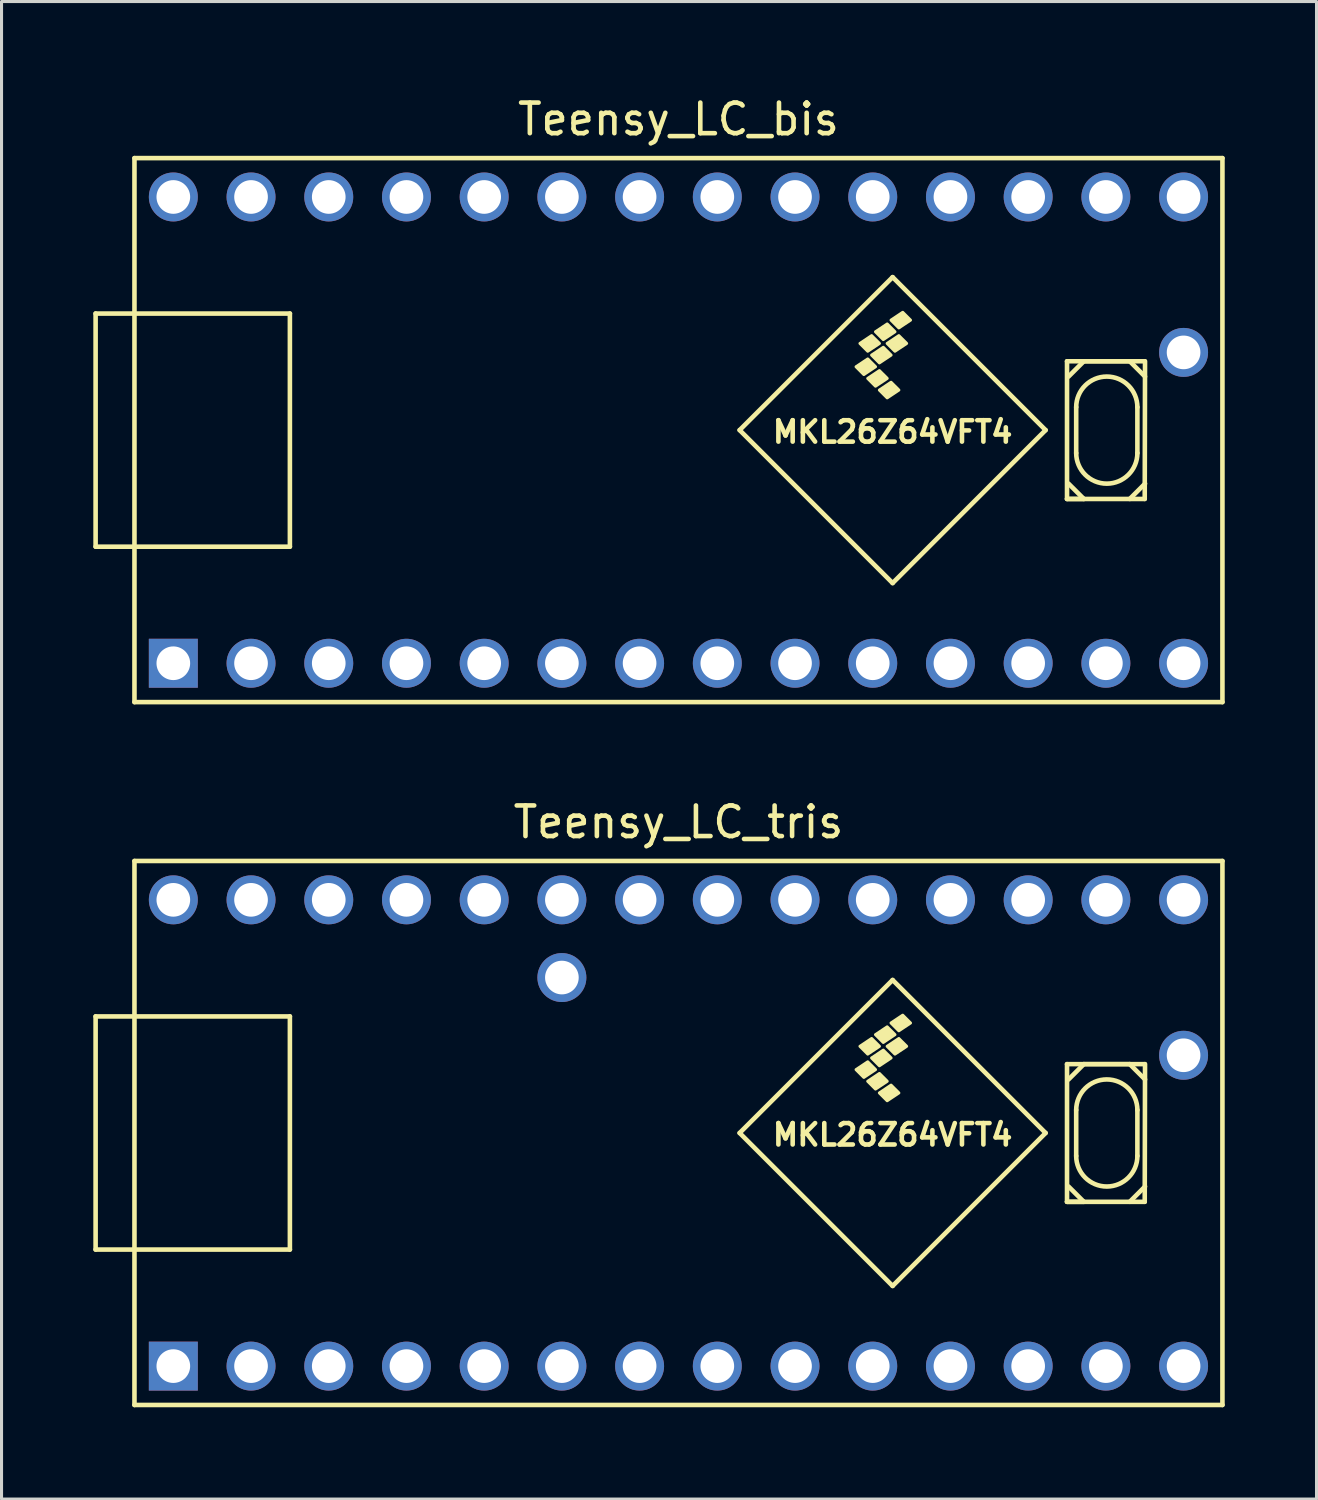
<source format=kicad_pcb>
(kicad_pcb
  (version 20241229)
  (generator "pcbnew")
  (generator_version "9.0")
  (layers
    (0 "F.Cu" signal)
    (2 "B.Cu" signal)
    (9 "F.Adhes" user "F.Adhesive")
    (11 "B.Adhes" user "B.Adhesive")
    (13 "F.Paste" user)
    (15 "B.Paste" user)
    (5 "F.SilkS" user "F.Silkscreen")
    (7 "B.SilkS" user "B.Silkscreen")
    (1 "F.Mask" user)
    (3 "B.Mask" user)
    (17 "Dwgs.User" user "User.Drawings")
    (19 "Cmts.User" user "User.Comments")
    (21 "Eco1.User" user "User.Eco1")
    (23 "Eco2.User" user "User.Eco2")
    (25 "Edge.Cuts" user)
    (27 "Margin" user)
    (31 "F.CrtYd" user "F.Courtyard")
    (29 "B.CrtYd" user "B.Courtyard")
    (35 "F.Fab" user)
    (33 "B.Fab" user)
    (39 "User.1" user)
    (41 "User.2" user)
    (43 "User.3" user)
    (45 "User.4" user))
  (footprint "Teensy_LC_bis"
    (layer "F.Cu")
    (at 19.125 11.008)
    (property "Reference" "Teensy_LC_bis" (at 0 -10.16 0) (layer "F.SilkS") (effects (font (size 1 1) (thickness 0.15))))
    (attr through_hole)
    (fp_line (start -19.05 -3.81) (end -17.78 -3.81) (stroke (width 0.15) (type solid)) (layer "F.SilkS"))
    (fp_line (start -19.05 3.81) (end -19.05 -3.81) (stroke (width 0.15) (type solid)) (layer "F.SilkS"))
    (fp_line (start -17.78 -8.89) (end 17.78 -8.89) (stroke (width 0.15) (type solid)) (layer "F.SilkS"))
    (fp_line (start -17.78 3.81) (end -19.05 3.81) (stroke (width 0.15) (type solid)) (layer "F.SilkS"))
    (fp_line (start -17.78 8.89) (end -17.78 -8.89) (stroke (width 0.15) (type solid)) (layer "F.SilkS"))
    (fp_line (start -12.7 -3.81) (end -17.78 -3.81) (stroke (width 0.15) (type solid)) (layer "F.SilkS"))
    (fp_line (start -12.7 3.81) (end -17.78 3.81) (stroke (width 0.15) (type solid)) (layer "F.SilkS"))
    (fp_line (start -12.7 3.81) (end -12.7 -3.81) (stroke (width 0.15) (type solid)) (layer "F.SilkS"))
    (fp_line (start 2 0) (end 7 5) (stroke (width 0.15) (type solid)) (layer "F.SilkS"))
    (fp_line (start 7 -5) (end 2 0) (stroke (width 0.15) (type solid)) (layer "F.SilkS"))
    (fp_line (start 7 5) (end 12 0) (stroke (width 0.15) (type solid)) (layer "F.SilkS"))
    (fp_line (start 12 0) (end 7 -5) (stroke (width 0.15) (type solid)) (layer "F.SilkS"))
    (fp_line (start 12.7 -2.25) (end 15.24 -2.25) (stroke (width 0.15) (type solid)) (layer "F.SilkS"))
    (fp_line (start 12.7 2.25) (end 12.7 -2.25) (stroke (width 0.15) (type solid)) (layer "F.SilkS"))
    (fp_line (start 12.7 2.25) (end 13.25 2.25) (stroke (width 0.15) (type solid)) (layer "F.SilkS"))
    (fp_line (start 12.75 -1.75) (end 13.25 -2.25) (stroke (width 0.15) (type solid)) (layer "F.SilkS"))
    (fp_line (start 13 -0.75) (end 13 0.75) (stroke (width 0.15) (type solid)) (layer "F.SilkS"))
    (fp_line (start 13.25 2.25) (end 12.75 1.75) (stroke (width 0.15) (type solid)) (layer "F.SilkS"))
    (fp_line (start 14.75 -2.25) (end 13.25 -2.25) (stroke (width 0.15) (type solid)) (layer "F.SilkS"))
    (fp_line (start 15 0.75) (end 15 -0.75) (stroke (width 0.15) (type solid)) (layer "F.SilkS"))
    (fp_line (start 15.24 2.25) (end 12.7 2.25) (stroke (width 0.15) (type solid)) (layer "F.SilkS"))
    (fp_line (start 15.25 -2.25) (end 15.24 2.25) (stroke (width 0.15) (type solid)) (layer "F.SilkS"))
    (fp_line (start 15.25 -1.75) (end 14.75 -2.25) (stroke (width 0.15) (type solid)) (layer "F.SilkS"))
    (fp_line (start 15.25 1.75) (end 14.75 2.25) (stroke (width 0.15) (type solid)) (layer "F.SilkS"))
    (fp_line (start 17.78 -8.89) (end 17.78 8.89) (stroke (width 0.15) (type solid)) (layer "F.SilkS"))
    (fp_line (start 17.78 8.89) (end -17.78 8.89) (stroke (width 0.15) (type solid)) (layer "F.SilkS"))
    (fp_arc (start 13 -0.75) (mid 14 -1.75) (end 15 -0.75) (stroke (width 0.15) (type solid)) (layer "F.SilkS"))
    (fp_arc (start 15 0.75) (mid 14 1.75) (end 13 0.75) (stroke (width 0.15) (type solid)) (layer "F.SilkS"))
    (fp_poly (pts (xy 6.06 -1.817) (xy 5.806 -2.071) (xy 6.187 -2.325) (xy 6.441 -2.071)) (stroke (width 0.1) (type solid)) (fill yes) (layer "F.SilkS"))
    (fp_poly (pts (xy 6.187 -2.579) (xy 5.933 -2.833) (xy 6.314 -3.087) (xy 6.568 -2.833)) (stroke (width 0.1) (type solid)) (fill yes) (layer "F.SilkS"))
    (fp_poly (pts (xy 6.441 -1.436) (xy 6.187 -1.69) (xy 6.568 -1.944) (xy 6.822 -1.69)) (stroke (width 0.1) (type solid)) (fill yes) (layer "F.SilkS"))
    (fp_poly (pts (xy 6.568 -2.198) (xy 6.314 -2.452) (xy 6.695 -2.706) (xy 6.949 -2.452)) (stroke (width 0.1) (type solid)) (fill yes) (layer "F.SilkS"))
    (fp_poly (pts (xy 6.695 -2.96) (xy 6.441 -3.214) (xy 6.822 -3.468) (xy 7.076 -3.214)) (stroke (width 0.1) (type solid)) (fill yes) (layer "F.SilkS"))
    (fp_poly (pts (xy 6.822 -1.055) (xy 6.568 -1.309) (xy 6.949 -1.563) (xy 7.203 -1.309)) (stroke (width 0.1) (type solid)) (fill yes) (layer "F.SilkS"))
    (fp_poly (pts (xy 7.076 -2.579) (xy 6.822 -2.833) (xy 7.203 -3.087) (xy 7.457 -2.833)) (stroke (width 0.1) (type solid)) (fill yes) (layer "F.SilkS"))
    (fp_poly (pts (xy 7.203 -3.341) (xy 6.949 -3.595) (xy 7.33 -3.849) (xy 7.584 -3.595)) (stroke (width 0.1) (type solid)) (fill yes) (layer "F.SilkS"))
    (fp_text user "MKL26Z64VFT4" (at 7 0.06 0) (layer "F.SilkS") (effects (font (size 0.7 0.7) (thickness 0.15))))
    (pad "1" thru_hole rect (at -16.51 7.62) (size 1.6 1.6) (drill 1.1) (layers "*.Cu" "*.Mask"))
    (pad "2" thru_hole circle (at -13.97 7.62) (size 1.6 1.6) (drill 1.1) (layers "*.Cu" "*.Mask"))
    (pad "3" thru_hole circle (at -11.43 7.62) (size 1.6 1.6) (drill 1.1) (layers "*.Cu" "*.Mask"))
    (pad "4" thru_hole circle (at -8.89 7.62) (size 1.6 1.6) (drill 1.1) (layers "*.Cu" "*.Mask"))
    (pad "5" thru_hole circle (at -6.35 7.62) (size 1.6 1.6) (drill 1.1) (layers "*.Cu" "*.Mask"))
    (pad "6" thru_hole circle (at -3.81 7.62) (size 1.6 1.6) (drill 1.1) (layers "*.Cu" "*.Mask"))
    (pad "7" thru_hole circle (at -1.27 7.62) (size 1.6 1.6) (drill 1.1) (layers "*.Cu" "*.Mask"))
    (pad "8" thru_hole circle (at 1.27 7.62) (size 1.6 1.6) (drill 1.1) (layers "*.Cu" "*.Mask"))
    (pad "9" thru_hole circle (at 3.81 7.62) (size 1.6 1.6) (drill 1.1) (layers "*.Cu" "*.Mask"))
    (pad "10" thru_hole circle (at 6.35 7.62) (size 1.6 1.6) (drill 1.1) (layers "*.Cu" "*.Mask"))
    (pad "11" thru_hole circle (at 8.89 7.62) (size 1.6 1.6) (drill 1.1) (layers "*.Cu" "*.Mask"))
    (pad "12" thru_hole circle (at 11.43 7.62) (size 1.6 1.6) (drill 1.1) (layers "*.Cu" "*.Mask"))
    (pad "13" thru_hole circle (at 13.97 7.62) (size 1.6 1.6) (drill 1.1) (layers "*.Cu" "*.Mask"))
    (pad "14" thru_hole circle (at 16.51 7.62) (size 1.6 1.6) (drill 1.1) (layers "*.Cu" "*.Mask"))
    (pad "18" thru_hole circle (at 16.51 -2.54) (size 1.6 1.6) (drill 1.1) (layers "*.Cu" "*.Mask"))
    (pad "20" thru_hole circle (at 16.51 -7.62) (size 1.6 1.6) (drill 1.1) (layers "*.Cu" "*.Mask"))
    (pad "21" thru_hole circle (at 13.97 -7.62) (size 1.6 1.6) (drill 1.1) (layers "*.Cu" "*.Mask"))
    (pad "22" thru_hole circle (at 11.43 -7.62) (size 1.6 1.6) (drill 1.1) (layers "*.Cu" "*.Mask"))
    (pad "23" thru_hole circle (at 8.89 -7.62) (size 1.6 1.6) (drill 1.1) (layers "*.Cu" "*.Mask"))
    (pad "24" thru_hole circle (at 6.35 -7.62) (size 1.6 1.6) (drill 1.1) (layers "*.Cu" "*.Mask"))
    (pad "25" thru_hole circle (at 3.81 -7.62) (size 1.6 1.6) (drill 1.1) (layers "*.Cu" "*.Mask"))
    (pad "26" thru_hole circle (at 1.27 -7.62) (size 1.6 1.6) (drill 1.1) (layers "*.Cu" "*.Mask"))
    (pad "27" thru_hole circle (at -1.27 -7.62) (size 1.6 1.6) (drill 1.1) (layers "*.Cu" "*.Mask"))
    (pad "28" thru_hole circle (at -3.81 -7.62) (size 1.6 1.6) (drill 1.1) (layers "*.Cu" "*.Mask"))
    (pad "29" thru_hole circle (at -6.35 -7.62) (size 1.6 1.6) (drill 1.1) (layers "*.Cu" "*.Mask"))
    (pad "30" thru_hole circle (at -8.89 -7.62) (size 1.6 1.6) (drill 1.1) (layers "*.Cu" "*.Mask"))
    (pad "31" thru_hole circle (at -11.43 -7.62) (size 1.6 1.6) (drill 1.1) (layers "*.Cu" "*.Mask"))
    (pad "32" thru_hole circle (at -13.97 -7.62) (size 1.6 1.6) (drill 1.1) (layers "*.Cu" "*.Mask"))
    (pad "33" thru_hole circle (at -16.51 -7.62) (size 1.6 1.6) (drill 1.1) (layers "*.Cu" "*.Mask")))
  (footprint "Teensy_LC_tris"
    (layer "F.Cu")
    (at 19.125 33.981)
    (property "Reference" "Teensy_LC_tris" (at 0 -10.16 0) (layer "F.SilkS") (effects (font (size 1 1) (thickness 0.15))))
    (attr through_hole)
    (fp_line (start -19.05 -3.81) (end -17.78 -3.81) (stroke (width 0.15) (type solid)) (layer "F.SilkS"))
    (fp_line (start -19.05 3.81) (end -19.05 -3.81) (stroke (width 0.15) (type solid)) (layer "F.SilkS"))
    (fp_line (start -17.78 -8.89) (end 17.78 -8.89) (stroke (width 0.15) (type solid)) (layer "F.SilkS"))
    (fp_line (start -17.78 3.81) (end -19.05 3.81) (stroke (width 0.15) (type solid)) (layer "F.SilkS"))
    (fp_line (start -17.78 8.89) (end -17.78 -8.89) (stroke (width 0.15) (type solid)) (layer "F.SilkS"))
    (fp_line (start -12.7 -3.81) (end -17.78 -3.81) (stroke (width 0.15) (type solid)) (layer "F.SilkS"))
    (fp_line (start -12.7 3.81) (end -17.78 3.81) (stroke (width 0.15) (type solid)) (layer "F.SilkS"))
    (fp_line (start -12.7 3.81) (end -12.7 -3.81) (stroke (width 0.15) (type solid)) (layer "F.SilkS"))
    (fp_line (start 2 0) (end 7 5) (stroke (width 0.15) (type solid)) (layer "F.SilkS"))
    (fp_line (start 7 -5) (end 2 0) (stroke (width 0.15) (type solid)) (layer "F.SilkS"))
    (fp_line (start 7 5) (end 12 0) (stroke (width 0.15) (type solid)) (layer "F.SilkS"))
    (fp_line (start 12 0) (end 7 -5) (stroke (width 0.15) (type solid)) (layer "F.SilkS"))
    (fp_line (start 12.7 -2.25) (end 15.24 -2.25) (stroke (width 0.15) (type solid)) (layer "F.SilkS"))
    (fp_line (start 12.7 2.25) (end 12.7 -2.25) (stroke (width 0.15) (type solid)) (layer "F.SilkS"))
    (fp_line (start 12.7 2.25) (end 13.25 2.25) (stroke (width 0.15) (type solid)) (layer "F.SilkS"))
    (fp_line (start 12.75 -1.75) (end 13.25 -2.25) (stroke (width 0.15) (type solid)) (layer "F.SilkS"))
    (fp_line (start 13 -0.75) (end 13 0.75) (stroke (width 0.15) (type solid)) (layer "F.SilkS"))
    (fp_line (start 13.25 2.25) (end 12.75 1.75) (stroke (width 0.15) (type solid)) (layer "F.SilkS"))
    (fp_line (start 14.75 -2.25) (end 13.25 -2.25) (stroke (width 0.15) (type solid)) (layer "F.SilkS"))
    (fp_line (start 15 0.75) (end 15 -0.75) (stroke (width 0.15) (type solid)) (layer "F.SilkS"))
    (fp_line (start 15.24 2.25) (end 12.7 2.25) (stroke (width 0.15) (type solid)) (layer "F.SilkS"))
    (fp_line (start 15.25 -2.25) (end 15.24 2.25) (stroke (width 0.15) (type solid)) (layer "F.SilkS"))
    (fp_line (start 15.25 -1.75) (end 14.75 -2.25) (stroke (width 0.15) (type solid)) (layer "F.SilkS"))
    (fp_line (start 15.25 1.75) (end 14.75 2.25) (stroke (width 0.15) (type solid)) (layer "F.SilkS"))
    (fp_line (start 17.78 -8.89) (end 17.78 8.89) (stroke (width 0.15) (type solid)) (layer "F.SilkS"))
    (fp_line (start 17.78 8.89) (end -17.78 8.89) (stroke (width 0.15) (type solid)) (layer "F.SilkS"))
    (fp_arc (start 13 -0.75) (mid 14 -1.75) (end 15 -0.75) (stroke (width 0.15) (type solid)) (layer "F.SilkS"))
    (fp_arc (start 15 0.75) (mid 14 1.75) (end 13 0.75) (stroke (width 0.15) (type solid)) (layer "F.SilkS"))
    (fp_poly (pts (xy 6.06 -1.817) (xy 5.806 -2.071) (xy 6.187 -2.325) (xy 6.441 -2.071)) (stroke (width 0.1) (type solid)) (fill yes) (layer "F.SilkS"))
    (fp_poly (pts (xy 6.187 -2.579) (xy 5.933 -2.833) (xy 6.314 -3.087) (xy 6.568 -2.833)) (stroke (width 0.1) (type solid)) (fill yes) (layer "F.SilkS"))
    (fp_poly (pts (xy 6.441 -1.436) (xy 6.187 -1.69) (xy 6.568 -1.944) (xy 6.822 -1.69)) (stroke (width 0.1) (type solid)) (fill yes) (layer "F.SilkS"))
    (fp_poly (pts (xy 6.568 -2.198) (xy 6.314 -2.452) (xy 6.695 -2.706) (xy 6.949 -2.452)) (stroke (width 0.1) (type solid)) (fill yes) (layer "F.SilkS"))
    (fp_poly (pts (xy 6.695 -2.96) (xy 6.441 -3.214) (xy 6.822 -3.468) (xy 7.076 -3.214)) (stroke (width 0.1) (type solid)) (fill yes) (layer "F.SilkS"))
    (fp_poly (pts (xy 6.822 -1.055) (xy 6.568 -1.309) (xy 6.949 -1.563) (xy 7.203 -1.309)) (stroke (width 0.1) (type solid)) (fill yes) (layer "F.SilkS"))
    (fp_poly (pts (xy 7.076 -2.579) (xy 6.822 -2.833) (xy 7.203 -3.087) (xy 7.457 -2.833)) (stroke (width 0.1) (type solid)) (fill yes) (layer "F.SilkS"))
    (fp_poly (pts (xy 7.203 -3.341) (xy 6.949 -3.595) (xy 7.33 -3.849) (xy 7.584 -3.595)) (stroke (width 0.1) (type solid)) (fill yes) (layer "F.SilkS"))
    (fp_text user "MKL26Z64VFT4" (at 7 0.06 0) (layer "F.SilkS") (effects (font (size 0.7 0.7) (thickness 0.15))))
    (pad "1" thru_hole rect (at -16.51 7.62) (size 1.6 1.6) (drill 1.1) (layers "*.Cu" "*.Mask"))
    (pad "2" thru_hole circle (at -13.97 7.62) (size 1.6 1.6) (drill 1.1) (layers "*.Cu" "*.Mask"))
    (pad "3" thru_hole circle (at -11.43 7.62) (size 1.6 1.6) (drill 1.1) (layers "*.Cu" "*.Mask"))
    (pad "4" thru_hole circle (at -8.89 7.62) (size 1.6 1.6) (drill 1.1) (layers "*.Cu" "*.Mask"))
    (pad "5" thru_hole circle (at -6.35 7.62) (size 1.6 1.6) (drill 1.1) (layers "*.Cu" "*.Mask"))
    (pad "6" thru_hole circle (at -3.81 7.62) (size 1.6 1.6) (drill 1.1) (layers "*.Cu" "*.Mask"))
    (pad "7" thru_hole circle (at -1.27 7.62) (size 1.6 1.6) (drill 1.1) (layers "*.Cu" "*.Mask"))
    (pad "8" thru_hole circle (at 1.27 7.62) (size 1.6 1.6) (drill 1.1) (layers "*.Cu" "*.Mask"))
    (pad "9" thru_hole circle (at 3.81 7.62) (size 1.6 1.6) (drill 1.1) (layers "*.Cu" "*.Mask"))
    (pad "10" thru_hole circle (at 6.35 7.62) (size 1.6 1.6) (drill 1.1) (layers "*.Cu" "*.Mask"))
    (pad "11" thru_hole circle (at 8.89 7.62) (size 1.6 1.6) (drill 1.1) (layers "*.Cu" "*.Mask"))
    (pad "12" thru_hole circle (at 11.43 7.62) (size 1.6 1.6) (drill 1.1) (layers "*.Cu" "*.Mask"))
    (pad "13" thru_hole circle (at 13.97 7.62) (size 1.6 1.6) (drill 1.1) (layers "*.Cu" "*.Mask"))
    (pad "14" thru_hole circle (at 16.51 7.62) (size 1.6 1.6) (drill 1.1) (layers "*.Cu" "*.Mask"))
    (pad "18" thru_hole circle (at 16.51 -2.54) (size 1.6 1.6) (drill 1.1) (layers "*.Cu" "*.Mask"))
    (pad "20" thru_hole circle (at 16.51 -7.62) (size 1.6 1.6) (drill 1.1) (layers "*.Cu" "*.Mask"))
    (pad "21" thru_hole circle (at 13.97 -7.62) (size 1.6 1.6) (drill 1.1) (layers "*.Cu" "*.Mask"))
    (pad "22" thru_hole circle (at 11.43 -7.62) (size 1.6 1.6) (drill 1.1) (layers "*.Cu" "*.Mask"))
    (pad "23" thru_hole circle (at 8.89 -7.62) (size 1.6 1.6) (drill 1.1) (layers "*.Cu" "*.Mask"))
    (pad "24" thru_hole circle (at 6.35 -7.62) (size 1.6 1.6) (drill 1.1) (layers "*.Cu" "*.Mask"))
    (pad "25" thru_hole circle (at 3.81 -7.62) (size 1.6 1.6) (drill 1.1) (layers "*.Cu" "*.Mask"))
    (pad "26" thru_hole circle (at 1.27 -7.62) (size 1.6 1.6) (drill 1.1) (layers "*.Cu" "*.Mask"))
    (pad "27" thru_hole circle (at -1.27 -7.62) (size 1.6 1.6) (drill 1.1) (layers "*.Cu" "*.Mask"))
    (pad "28" thru_hole circle (at -3.81 -7.62) (size 1.6 1.6) (drill 1.1) (layers "*.Cu" "*.Mask"))
    (pad "29" thru_hole circle (at -6.35 -7.62) (size 1.6 1.6) (drill 1.1) (layers "*.Cu" "*.Mask"))
    (pad "30" thru_hole circle (at -8.89 -7.62) (size 1.6 1.6) (drill 1.1) (layers "*.Cu" "*.Mask"))
    (pad "31" thru_hole circle (at -11.43 -7.62) (size 1.6 1.6) (drill 1.1) (layers "*.Cu" "*.Mask"))
    (pad "32" thru_hole circle (at -13.97 -7.62) (size 1.6 1.6) (drill 1.1) (layers "*.Cu" "*.Mask"))
    (pad "33" thru_hole circle (at -16.51 -7.62) (size 1.6 1.6) (drill 1.1) (layers "*.Cu" "*.Mask"))
    (pad "37" thru_hole circle (at -3.81 -5.08) (size 1.6 1.6) (drill 1.1) (layers "*.Cu" "*.Mask")))
  (gr_rect
    (start -3 -3)
    (end 39.98 45.947)
    (stroke (width 0.1) (type default))
    (fill no)
    (layer "Edge.Cuts")))
</source>
